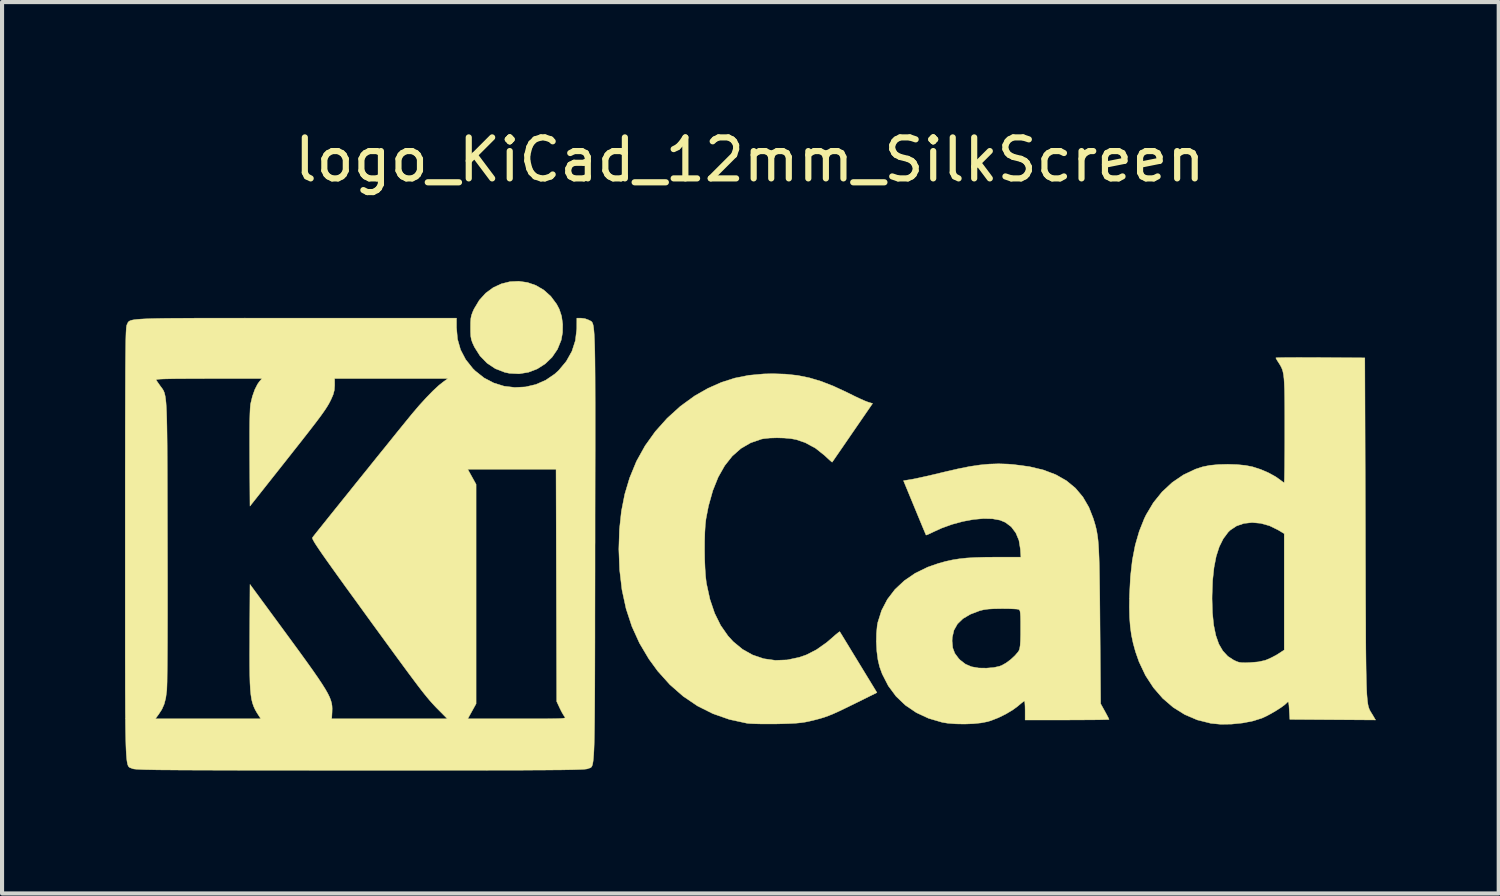
<source format=kicad_pcb>
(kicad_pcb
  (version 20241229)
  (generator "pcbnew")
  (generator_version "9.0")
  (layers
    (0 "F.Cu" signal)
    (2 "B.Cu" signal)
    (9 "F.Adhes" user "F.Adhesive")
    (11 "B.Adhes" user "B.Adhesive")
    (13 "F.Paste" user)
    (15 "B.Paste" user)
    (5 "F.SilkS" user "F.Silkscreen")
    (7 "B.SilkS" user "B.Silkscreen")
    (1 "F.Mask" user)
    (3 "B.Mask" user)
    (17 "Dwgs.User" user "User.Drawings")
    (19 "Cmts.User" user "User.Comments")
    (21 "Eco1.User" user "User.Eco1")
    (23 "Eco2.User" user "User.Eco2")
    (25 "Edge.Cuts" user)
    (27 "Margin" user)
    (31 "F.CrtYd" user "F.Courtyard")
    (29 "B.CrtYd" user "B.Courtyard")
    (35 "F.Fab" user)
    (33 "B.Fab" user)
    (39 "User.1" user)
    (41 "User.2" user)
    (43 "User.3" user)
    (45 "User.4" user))
  (footprint "logo_KiCad_12mm_SilkScreen"
    (layer "F.Cu")
    (at 15.245 9.738)
    (property "Reference" "logo_KiCad_12mm_SilkScreen" (at 0 -8.89 0) (layer "F.SilkS") (effects (font (size 1 1) (thickness 0.15))))
    (attr exclude_from_pos_files exclude_from_bom)
    (fp_poly (pts (xy -5.423 -5.895) (xy -5.218 -5.824) (xy -5.027 -5.712) (xy -4.856 -5.559) (xy -4.712 -5.366) (xy -4.648 -5.244) (xy -4.592 -5.073) (xy -4.565 -4.876) (xy -4.568 -4.674) (xy -4.601 -4.49) (xy -4.692 -4.266) (xy -4.824 -4.072) (xy -4.991 -3.911) (xy -5.185 -3.787) (xy -5.399 -3.705) (xy -5.628 -3.667) (xy -5.865 -3.679) (xy -5.981 -3.704) (xy -6.208 -3.792) (xy -6.41 -3.927) (xy -6.582 -4.104) (xy -6.718 -4.319) (xy -6.729 -4.343) (xy -6.769 -4.431) (xy -6.794 -4.505) (xy -6.808 -4.583) (xy -6.813 -4.684) (xy -6.814 -4.793) (xy -6.813 -4.925) (xy -6.806 -5.019) (xy -6.79 -5.096) (xy -6.762 -5.173) (xy -6.728 -5.249) (xy -6.599 -5.464) (xy -6.441 -5.638) (xy -6.259 -5.771) (xy -6.06 -5.863) (xy -5.85 -5.915) (xy -5.636 -5.925) (xy -5.423 -5.895)) (stroke (width 0.01) (type solid)) (fill yes) (layer "F.SilkS"))
    (fp_poly (pts (xy 0.875 -3.659) (xy 1.17 -3.627) (xy 1.455 -3.569) (xy 1.743 -3.483) (xy 2.045 -3.365) (xy 2.372 -3.213) (xy 2.431 -3.184) (xy 2.566 -3.117) (xy 2.694 -3.057) (xy 2.801 -3.009) (xy 2.876 -2.98) (xy 2.887 -2.976) (xy 2.997 -2.943) (xy 2.506 -2.23) (xy 2.386 -2.055) (xy 2.277 -1.896) (xy 2.181 -1.757) (xy 2.103 -1.644) (xy 2.047 -1.562) (xy 2.015 -1.517) (xy 2.01 -1.51) (xy 1.99 -1.525) (xy 1.939 -1.57) (xy 1.867 -1.636) (xy 1.827 -1.674) (xy 1.603 -1.852) (xy 1.351 -1.988) (xy 1.133 -2.062) (xy 1.003 -2.086) (xy 0.84 -2.1) (xy 0.663 -2.105) (xy 0.491 -2.1) (xy 0.345 -2.085) (xy 0.286 -2.074) (xy 0.022 -1.983) (xy -0.216 -1.845) (xy -0.427 -1.659) (xy -0.612 -1.425) (xy -0.771 -1.144) (xy -0.902 -0.817) (xy -1.007 -0.443) (xy -1.069 -0.123) (xy -1.085 0.018) (xy -1.096 0.201) (xy -1.102 0.412) (xy -1.103 0.637) (xy -1.1 0.865) (xy -1.091 1.081) (xy -1.078 1.273) (xy -1.06 1.428) (xy -1.056 1.452) (xy -0.972 1.836) (xy -0.857 2.176) (xy -0.71 2.473) (xy -0.531 2.729) (xy -0.404 2.868) (xy -0.176 3.056) (xy 0.073 3.195) (xy 0.341 3.285) (xy 0.623 3.325) (xy 0.913 3.314) (xy 1.209 3.251) (xy 1.384 3.19) (xy 1.626 3.066) (xy 1.876 2.89) (xy 2.016 2.77) (xy 2.094 2.701) (xy 2.156 2.651) (xy 2.191 2.626) (xy 2.195 2.625) (xy 2.211 2.65) (xy 2.252 2.716) (xy 2.314 2.818) (xy 2.394 2.949) (xy 2.488 3.104) (xy 2.594 3.277) (xy 2.653 3.374) (xy 3.103 4.112) (xy 2.541 4.39) (xy 2.338 4.489) (xy 2.174 4.568) (xy 2.038 4.629) (xy 1.921 4.677) (xy 1.812 4.716) (xy 1.701 4.749) (xy 1.579 4.781) (xy 1.461 4.809) (xy 1.357 4.831) (xy 1.248 4.847) (xy 1.123 4.859) (xy 0.972 4.867) (xy 0.783 4.873) (xy 0.655 4.876) (xy 0.474 4.877) (xy 0.3 4.877) (xy 0.144 4.873) (xy 0.02 4.868) (xy -0.063 4.861) (xy -0.068 4.86) (xy -0.497 4.767) (xy -0.9 4.626) (xy -1.276 4.438) (xy -1.626 4.201) (xy -1.95 3.917) (xy -2.247 3.586) (xy -2.462 3.291) (xy -2.691 2.905) (xy -2.876 2.498) (xy -3.018 2.066) (xy -3.118 1.605) (xy -3.176 1.113) (xy -3.195 0.614) (xy -3.18 0.131) (xy -3.132 -0.315) (xy -3.05 -0.731) (xy -2.932 -1.125) (xy -2.777 -1.503) (xy -2.759 -1.543) (xy -2.555 -1.91) (xy -2.305 -2.259) (xy -2.015 -2.583) (xy -1.693 -2.875) (xy -1.346 -3.127) (xy -1.022 -3.312) (xy -0.695 -3.457) (xy -0.368 -3.562) (xy -0.027 -3.63) (xy 0.34 -3.664) (xy 0.56 -3.669) (xy 0.875 -3.659)) (stroke (width 0.01) (type solid)) (fill yes) (layer "F.SilkS"))
    (fp_poly (pts (xy 13.611 -4.064) (xy 13.843 -4.063) (xy 13.922 -4.063) (xy 15.008 -4.056) (xy 15.022 0.109) (xy 15.023 0.674) (xy 15.025 1.187) (xy 15.026 1.65) (xy 15.028 2.067) (xy 15.03 2.44) (xy 15.031 2.772) (xy 15.033 3.064) (xy 15.036 3.321) (xy 15.039 3.544) (xy 15.043 3.737) (xy 15.047 3.901) (xy 15.052 4.04) (xy 15.058 4.157) (xy 15.066 4.253) (xy 15.074 4.331) (xy 15.083 4.395) (xy 15.094 4.447) (xy 15.107 4.489) (xy 15.12 4.524) (xy 15.136 4.555) (xy 15.153 4.585) (xy 15.172 4.615) (xy 15.193 4.649) (xy 15.198 4.657) (xy 15.27 4.78) (xy 14.224 4.773) (xy 13.178 4.766) (xy 13.164 4.536) (xy 13.157 4.426) (xy 13.149 4.362) (xy 13.139 4.337) (xy 13.123 4.342) (xy 13.11 4.356) (xy 13.052 4.41) (xy 12.959 4.478) (xy 12.842 4.553) (xy 12.715 4.627) (xy 12.592 4.692) (xy 12.498 4.735) (xy 12.276 4.805) (xy 12.022 4.854) (xy 11.754 4.881) (xy 11.491 4.885) (xy 11.252 4.862) (xy 11.248 4.861) (xy 10.92 4.779) (xy 10.614 4.648) (xy 10.331 4.471) (xy 10.075 4.251) (xy 9.849 3.99) (xy 9.655 3.692) (xy 9.498 3.36) (xy 9.412 3.114) (xy 9.355 2.907) (xy 9.313 2.708) (xy 9.285 2.503) (xy 9.268 2.28) (xy 9.262 2.027) (xy 9.265 1.821) (xy 11.28 1.821) (xy 11.29 2.167) (xy 11.32 2.464) (xy 11.372 2.717) (xy 11.445 2.926) (xy 11.543 3.094) (xy 11.664 3.225) (xy 11.805 3.317) (xy 11.878 3.352) (xy 11.941 3.373) (xy 12.011 3.382) (xy 12.106 3.383) (xy 12.208 3.379) (xy 12.409 3.362) (xy 12.568 3.327) (xy 12.618 3.309) (xy 12.732 3.258) (xy 12.852 3.194) (xy 12.905 3.161) (xy 13.041 3.072) (xy 13.041 0.233) (xy 12.891 0.143) (xy 12.682 0.041) (xy 12.468 -0.019) (xy 12.257 -0.038) (xy 12.057 -0.016) (xy 11.877 0.046) (xy 11.723 0.149) (xy 11.673 0.198) (xy 11.553 0.359) (xy 11.456 0.554) (xy 11.381 0.787) (xy 11.328 1.06) (xy 11.294 1.377) (xy 11.281 1.742) (xy 11.28 1.821) (xy 9.265 1.821) (xy 9.266 1.735) (xy 9.289 1.285) (xy 9.335 0.88) (xy 9.406 0.512) (xy 9.503 0.177) (xy 9.626 -0.132) (xy 9.67 -0.223) (xy 9.848 -0.522) (xy 10.062 -0.787) (xy 10.308 -1.015) (xy 10.581 -1.201) (xy 10.877 -1.341) (xy 11.053 -1.398) (xy 11.227 -1.433) (xy 11.436 -1.453) (xy 11.663 -1.459) (xy 11.89 -1.452) (xy 12.1 -1.431) (xy 12.268 -1.398) (xy 12.469 -1.333) (xy 12.663 -1.249) (xy 12.833 -1.155) (xy 12.924 -1.091) (xy 12.986 -1.044) (xy 13.03 -1.015) (xy 13.04 -1.011) (xy 13.043 -1.037) (xy 13.046 -1.113) (xy 13.048 -1.232) (xy 13.051 -1.391) (xy 13.052 -1.582) (xy 13.054 -1.801) (xy 13.055 -2.043) (xy 13.055 -2.29) (xy 13.055 -2.606) (xy 13.054 -2.872) (xy 13.052 -3.093) (xy 13.049 -3.276) (xy 13.043 -3.424) (xy 13.036 -3.543) (xy 13.025 -3.638) (xy 13.011 -3.713) (xy 12.993 -3.775) (xy 12.97 -3.828) (xy 12.943 -3.878) (xy 12.911 -3.929) (xy 12.907 -3.935) (xy 12.865 -4.001) (xy 12.84 -4.046) (xy 12.837 -4.056) (xy 12.863 -4.059) (xy 12.938 -4.061) (xy 13.056 -4.063) (xy 13.212 -4.064) (xy 13.399 -4.065) (xy 13.611 -4.064)) (stroke (width 0.01) (type solid)) (fill yes) (layer "F.SilkS"))
    (fp_poly (pts (xy 6.301 -1.464) (xy 6.436 -1.453) (xy 6.823 -1.402) (xy 7.166 -1.32) (xy 7.467 -1.206) (xy 7.726 -1.059) (xy 7.946 -0.878) (xy 8.128 -0.662) (xy 8.275 -0.41) (xy 8.382 -0.137) (xy 8.409 -0.049) (xy 8.433 0.032) (xy 8.453 0.113) (xy 8.47 0.196) (xy 8.485 0.288) (xy 8.498 0.391) (xy 8.508 0.511) (xy 8.516 0.651) (xy 8.523 0.817) (xy 8.529 1.012) (xy 8.533 1.242) (xy 8.537 1.509) (xy 8.541 1.82) (xy 8.544 2.178) (xy 8.546 2.458) (xy 8.562 4.384) (xy 8.665 4.569) (xy 8.713 4.658) (xy 8.749 4.727) (xy 8.766 4.764) (xy 8.767 4.767) (xy 8.741 4.77) (xy 8.666 4.772) (xy 8.548 4.775) (xy 8.394 4.777) (xy 8.209 4.778) (xy 7.999 4.779) (xy 7.77 4.78) (xy 7.743 4.78) (xy 6.719 4.78) (xy 6.719 4.547) (xy 6.717 4.443) (xy 6.712 4.362) (xy 6.706 4.319) (xy 6.703 4.315) (xy 6.676 4.332) (xy 6.62 4.376) (xy 6.547 4.437) (xy 6.546 4.439) (xy 6.413 4.537) (xy 6.246 4.636) (xy 6.063 4.726) (xy 5.883 4.796) (xy 5.804 4.82) (xy 5.646 4.851) (xy 5.452 4.871) (xy 5.241 4.879) (xy 5.029 4.875) (xy 4.834 4.86) (xy 4.698 4.838) (xy 4.363 4.74) (xy 4.063 4.6) (xy 3.797 4.42) (xy 3.569 4.202) (xy 3.38 3.947) (xy 3.232 3.658) (xy 3.168 3.482) (xy 3.128 3.312) (xy 3.101 3.107) (xy 3.089 2.886) (xy 3.089 2.854) (xy 4.937 2.854) (xy 4.952 3.018) (xy 5.003 3.154) (xy 5.097 3.28) (xy 5.133 3.317) (xy 5.262 3.417) (xy 5.411 3.481) (xy 5.589 3.512) (xy 5.777 3.515) (xy 5.955 3.5) (xy 6.091 3.47) (xy 6.15 3.448) (xy 6.257 3.387) (xy 6.37 3.303) (xy 6.473 3.207) (xy 6.55 3.116) (xy 6.571 3.082) (xy 6.586 3.035) (xy 6.598 2.96) (xy 6.605 2.851) (xy 6.609 2.699) (xy 6.609 2.554) (xy 6.609 2.386) (xy 6.607 2.264) (xy 6.602 2.181) (xy 6.595 2.128) (xy 6.583 2.099) (xy 6.567 2.084) (xy 6.562 2.082) (xy 6.518 2.074) (xy 6.431 2.069) (xy 6.312 2.064) (xy 6.175 2.063) (xy 6.145 2.063) (xy 5.961 2.066) (xy 5.819 2.074) (xy 5.707 2.09) (xy 5.613 2.113) (xy 5.382 2.201) (xy 5.201 2.308) (xy 5.068 2.437) (xy 4.982 2.59) (xy 4.941 2.768) (xy 4.937 2.854) (xy 3.089 2.854) (xy 3.092 2.67) (xy 3.11 2.476) (xy 3.125 2.397) (xy 3.217 2.106) (xy 3.357 1.838) (xy 3.542 1.596) (xy 3.77 1.382) (xy 4.037 1.199) (xy 4.343 1.05) (xy 4.602 0.96) (xy 4.775 0.912) (xy 4.941 0.875) (xy 5.11 0.848) (xy 5.293 0.828) (xy 5.501 0.816) (xy 5.744 0.809) (xy 5.964 0.807) (xy 6.616 0.806) (xy 6.603 0.61) (xy 6.568 0.397) (xy 6.492 0.215) (xy 6.38 0.066) (xy 6.234 -0.043) (xy 6.106 -0.096) (xy 5.922 -0.13) (xy 5.703 -0.135) (xy 5.46 -0.113) (xy 5.202 -0.065) (xy 4.939 0.006) (xy 4.683 0.098) (xy 4.497 0.183) (xy 4.407 0.226) (xy 4.339 0.257) (xy 4.304 0.268) (xy 4.302 0.268) (xy 4.29 0.242) (xy 4.26 0.171) (xy 4.215 0.064) (xy 4.158 -0.074) (xy 4.091 -0.235) (xy 4.023 -0.4) (xy 3.751 -1.059) (xy 3.944 -1.09) (xy 4.028 -1.106) (xy 4.154 -1.133) (xy 4.312 -1.168) (xy 4.49 -1.209) (xy 4.677 -1.254) (xy 4.752 -1.272) (xy 5.076 -1.347) (xy 5.359 -1.404) (xy 5.613 -1.442) (xy 5.847 -1.464) (xy 6.073 -1.471) (xy 6.301 -1.464)) (stroke (width 0.01) (type solid)) (fill yes) (layer "F.SilkS"))
    (fp_poly (pts (xy -11.847 -5.025) (xy -11.321 -5.025) (xy -11.076 -5.025) (xy -7.156 -5.025) (xy -7.156 -4.794) (xy -7.131 -4.513) (xy -7.057 -4.254) (xy -6.932 -4.015) (xy -6.756 -3.794) (xy -6.696 -3.735) (xy -6.482 -3.566) (xy -6.246 -3.443) (xy -5.995 -3.365) (xy -5.735 -3.334) (xy -5.475 -3.347) (xy -5.221 -3.406) (xy -4.98 -3.511) (xy -4.76 -3.661) (xy -4.661 -3.751) (xy -4.476 -3.973) (xy -4.34 -4.216) (xy -4.255 -4.479) (xy -4.222 -4.759) (xy -4.221 -4.786) (xy -4.22 -5.025) (xy -4.115 -5.025) (xy -4.021 -5.013) (xy -3.936 -4.982) (xy -3.931 -4.979) (xy -3.912 -4.969) (xy -3.894 -4.961) (xy -3.878 -4.953) (xy -3.863 -4.943) (xy -3.85 -4.928) (xy -3.838 -4.907) (xy -3.827 -4.876) (xy -3.817 -4.834) (xy -3.809 -4.778) (xy -3.802 -4.707) (xy -3.795 -4.617) (xy -3.79 -4.507) (xy -3.785 -4.374) (xy -3.781 -4.216) (xy -3.778 -4.031) (xy -3.776 -3.817) (xy -3.774 -3.571) (xy -3.773 -3.29) (xy -3.772 -2.974) (xy -3.772 -2.619) (xy -3.772 -2.223) (xy -3.772 -1.784) (xy -3.773 -1.3) (xy -3.774 -0.769) (xy -3.775 -0.187) (xy -3.775 0.446) (xy -3.776 0.524) (xy -3.776 1.161) (xy -3.777 1.747) (xy -3.778 2.282) (xy -3.778 2.769) (xy -3.779 3.211) (xy -3.78 3.609) (xy -3.781 3.967) (xy -3.783 4.285) (xy -3.785 4.568) (xy -3.787 4.815) (xy -3.79 5.031) (xy -3.793 5.217) (xy -3.797 5.376) (xy -3.802 5.509) (xy -3.808 5.62) (xy -3.815 5.709) (xy -3.822 5.781) (xy -3.831 5.836) (xy -3.84 5.877) (xy -3.851 5.906) (xy -3.863 5.926) (xy -3.877 5.939) (xy -3.892 5.948) (xy -3.908 5.953) (xy -3.926 5.958) (xy -3.946 5.965) (xy -3.95 5.968) (xy -3.965 5.973) (xy -3.991 5.977) (xy -4.028 5.981) (xy -4.08 5.985) (xy -4.148 5.988) (xy -4.236 5.991) (xy -4.344 5.994) (xy -4.476 5.996) (xy -4.633 5.999) (xy -4.818 6) (xy -5.033 6.002) (xy -5.28 6.003) (xy -5.561 6.005) (xy -5.878 6.006) (xy -6.234 6.006) (xy -6.631 6.007) (xy -7.071 6.007) (xy -7.556 6.008) (xy -8.088 6.008) (xy -8.67 6.008) (xy -9.303 6.008) (xy -9.509 6.008) (xy -10.156 6.008) (xy -10.752 6.008) (xy -11.297 6.007) (xy -11.794 6.007) (xy -12.245 6.007) (xy -12.653 6.006) (xy -13.02 6.005) (xy -13.347 6.004) (xy -13.638 6.003) (xy -13.894 6.002) (xy -14.117 6) (xy -14.31 5.999) (xy -14.476 5.997) (xy -14.615 5.994) (xy -14.731 5.992) (xy -14.826 5.989) (xy -14.901 5.985) (xy -14.96 5.982) (xy -15.003 5.978) (xy -15.035 5.974) (xy -15.056 5.969) (xy -15.067 5.965) (xy -15.088 5.956) (xy -15.107 5.95) (xy -15.124 5.943) (xy -15.139 5.935) (xy -15.154 5.921) (xy -15.166 5.902) (xy -15.178 5.873) (xy -15.188 5.832) (xy -15.197 5.779) (xy -15.205 5.709) (xy -15.212 5.622) (xy -15.218 5.514) (xy -15.223 5.383) (xy -15.227 5.228) (xy -15.231 5.045) (xy -15.234 4.834) (xy -15.234 4.752) (xy -14.505 4.752) (xy -11.929 4.752) (xy -11.979 4.677) (xy -12.028 4.6) (xy -12.07 4.526) (xy -12.104 4.452) (xy -12.133 4.37) (xy -12.156 4.277) (xy -12.173 4.166) (xy -12.186 4.034) (xy -12.195 3.875) (xy -12.2 3.683) (xy -12.203 3.454) (xy -12.204 3.182) (xy -12.202 2.863) (xy -12.202 2.744) (xy -12.195 1.472) (xy -11.389 2.569) (xy -11.161 2.88) (xy -10.963 3.151) (xy -10.794 3.385) (xy -10.65 3.587) (xy -10.531 3.759) (xy -10.434 3.905) (xy -10.357 4.028) (xy -10.297 4.133) (xy -10.253 4.223) (xy -10.223 4.302) (xy -10.203 4.372) (xy -10.193 4.439) (xy -10.19 4.504) (xy -10.192 4.573) (xy -10.192 4.581) (xy -10.201 4.752) (xy -8.789 4.752) (xy -7.378 4.752) (xy -7.588 4.54) (xy -7.645 4.483) (xy -7.699 4.426) (xy -7.752 4.368) (xy -7.807 4.306) (xy -7.867 4.235) (xy -7.933 4.154) (xy -8.008 4.059) (xy -8.094 3.947) (xy -8.194 3.814) (xy -8.31 3.659) (xy -8.445 3.476) (xy -8.6 3.265) (xy -8.779 3.02) (xy -8.983 2.74) (xy -9.215 2.422) (xy -9.405 2.16) (xy -9.643 1.831) (xy -9.852 1.544) (xy -10.031 1.295) (xy -10.184 1.082) (xy -10.312 0.902) (xy -10.417 0.753) (xy -10.501 0.631) (xy -10.566 0.534) (xy -10.614 0.46) (xy -10.646 0.404) (xy -10.665 0.366) (xy -10.673 0.342) (xy -10.67 0.329) (xy -10.644 0.295) (xy -10.587 0.222) (xy -10.502 0.116) (xy -10.393 -0.02) (xy -10.264 -0.181) (xy -10.118 -0.363) (xy -9.958 -0.562) (xy -9.788 -0.773) (xy -9.612 -0.993) (xy -9.432 -1.216) (xy -9.333 -1.338) (xy -6.882 -1.338) (xy -6.678 -0.97) (xy -6.678 4.384) (xy -6.882 4.752) (xy -5.676 4.752) (xy -5.388 4.752) (xy -5.151 4.752) (xy -4.958 4.751) (xy -4.807 4.749) (xy -4.693 4.747) (xy -4.61 4.744) (xy -4.554 4.739) (xy -4.521 4.733) (xy -4.507 4.725) (xy -4.506 4.715) (xy -4.515 4.704) (xy -4.515 4.704) (xy -4.549 4.654) (xy -4.595 4.573) (xy -4.635 4.492) (xy -4.711 4.329) (xy -4.719 1.495) (xy -4.727 -1.338) (xy -6.882 -1.338) (xy -9.333 -1.338) (xy -9.253 -1.438) (xy -9.078 -1.656) (xy -8.909 -1.864) (xy -8.752 -2.059) (xy -8.609 -2.237) (xy -8.483 -2.392) (xy -8.378 -2.521) (xy -8.298 -2.619) (xy -8.251 -2.677) (xy -8.069 -2.891) (xy -7.893 -3.084) (xy -7.731 -3.25) (xy -7.588 -3.383) (xy -7.486 -3.464) (xy -7.366 -3.551) (xy -10.13 -3.551) (xy -10.129 -3.388) (xy -10.137 -3.269) (xy -10.166 -3.159) (xy -10.211 -3.054) (xy -10.24 -2.995) (xy -10.271 -2.936) (xy -10.308 -2.874) (xy -10.352 -2.805) (xy -10.408 -2.724) (xy -10.476 -2.629) (xy -10.562 -2.514) (xy -10.667 -2.377) (xy -10.794 -2.213) (xy -10.946 -2.019) (xy -11.127 -1.79) (xy -11.338 -1.522) (xy -11.362 -1.492) (xy -12.195 -0.439) (xy -12.203 -1.605) (xy -12.204 -1.955) (xy -12.204 -2.251) (xy -12.202 -2.494) (xy -12.197 -2.686) (xy -12.191 -2.826) (xy -12.183 -2.917) (xy -12.18 -2.935) (xy -12.136 -3.117) (xy -12.078 -3.281) (xy -12.011 -3.413) (xy -11.972 -3.469) (xy -11.903 -3.551) (xy -13.204 -3.551) (xy -13.515 -3.55) (xy -13.774 -3.549) (xy -13.987 -3.548) (xy -14.156 -3.545) (xy -14.286 -3.542) (xy -14.38 -3.538) (xy -14.442 -3.533) (xy -14.476 -3.526) (xy -14.486 -3.518) (xy -14.485 -3.516) (xy -14.458 -3.475) (xy -14.412 -3.409) (xy -14.388 -3.375) (xy -14.363 -3.342) (xy -14.341 -3.312) (xy -14.321 -3.283) (xy -14.304 -3.252) (xy -14.288 -3.215) (xy -14.275 -3.17) (xy -14.263 -3.114) (xy -14.253 -3.043) (xy -14.244 -2.956) (xy -14.237 -2.849) (xy -14.231 -2.719) (xy -14.226 -2.563) (xy -14.222 -2.379) (xy -14.219 -2.162) (xy -14.216 -1.912) (xy -14.215 -1.623) (xy -14.213 -1.295) (xy -14.212 -0.922) (xy -14.211 -0.504) (xy -14.21 -0.036) (xy -14.209 0.393) (xy -14.208 0.872) (xy -14.207 1.329) (xy -14.207 1.761) (xy -14.207 2.166) (xy -14.208 2.539) (xy -14.209 2.879) (xy -14.211 3.182) (xy -14.213 3.446) (xy -14.216 3.668) (xy -14.218 3.844) (xy -14.222 3.971) (xy -14.225 4.048) (xy -14.226 4.056) (xy -14.25 4.242) (xy -14.288 4.391) (xy -14.345 4.521) (xy -14.428 4.649) (xy -14.439 4.663) (xy -14.505 4.752) (xy -15.234 4.752) (xy -15.236 4.59) (xy -15.237 4.313) (xy -15.239 3.999) (xy -15.239 3.648) (xy -15.24 3.255) (xy -15.24 2.82) (xy -15.24 2.339) (xy -15.24 1.811) (xy -15.24 1.234) (xy -15.24 0.604) (xy -15.24 0.479) (xy -15.24 -0.157) (xy -15.24 -0.741) (xy -15.24 -1.274) (xy -15.239 -1.76) (xy -15.239 -2.2) (xy -15.238 -2.597) (xy -15.237 -2.952) (xy -15.236 -3.269) (xy -15.235 -3.549) (xy -15.234 -3.794) (xy -15.232 -4.008) (xy -15.23 -4.191) (xy -15.228 -4.346) (xy -15.226 -4.477) (xy -15.223 -4.583) (xy -15.22 -4.669) (xy -15.216 -4.736) (xy -15.213 -4.787) (xy -15.208 -4.823) (xy -15.204 -4.848) (xy -15.199 -4.862) (xy -15.199 -4.862) (xy -15.188 -4.885) (xy -15.18 -4.905) (xy -15.17 -4.923) (xy -15.157 -4.939) (xy -15.138 -4.953) (xy -15.11 -4.966) (xy -15.071 -4.977) (xy -15.017 -4.987) (xy -14.947 -4.995) (xy -14.858 -5.002) (xy -14.746 -5.008) (xy -14.61 -5.013) (xy -14.447 -5.017) (xy -14.254 -5.02) (xy -14.029 -5.022) (xy -13.768 -5.023) (xy -13.47 -5.025) (xy -13.131 -5.025) (xy -12.75 -5.025) (xy -12.323 -5.026) (xy -11.847 -5.025)) (stroke (width 0.01) (type solid)) (fill yes) (layer "F.SilkS")))
  (gr_rect
    (start -3 -3)
    (end 33.52 18.751)
    (stroke (width 0.1) (type default))
    (fill no)
    (layer "Edge.Cuts")))
</source>
